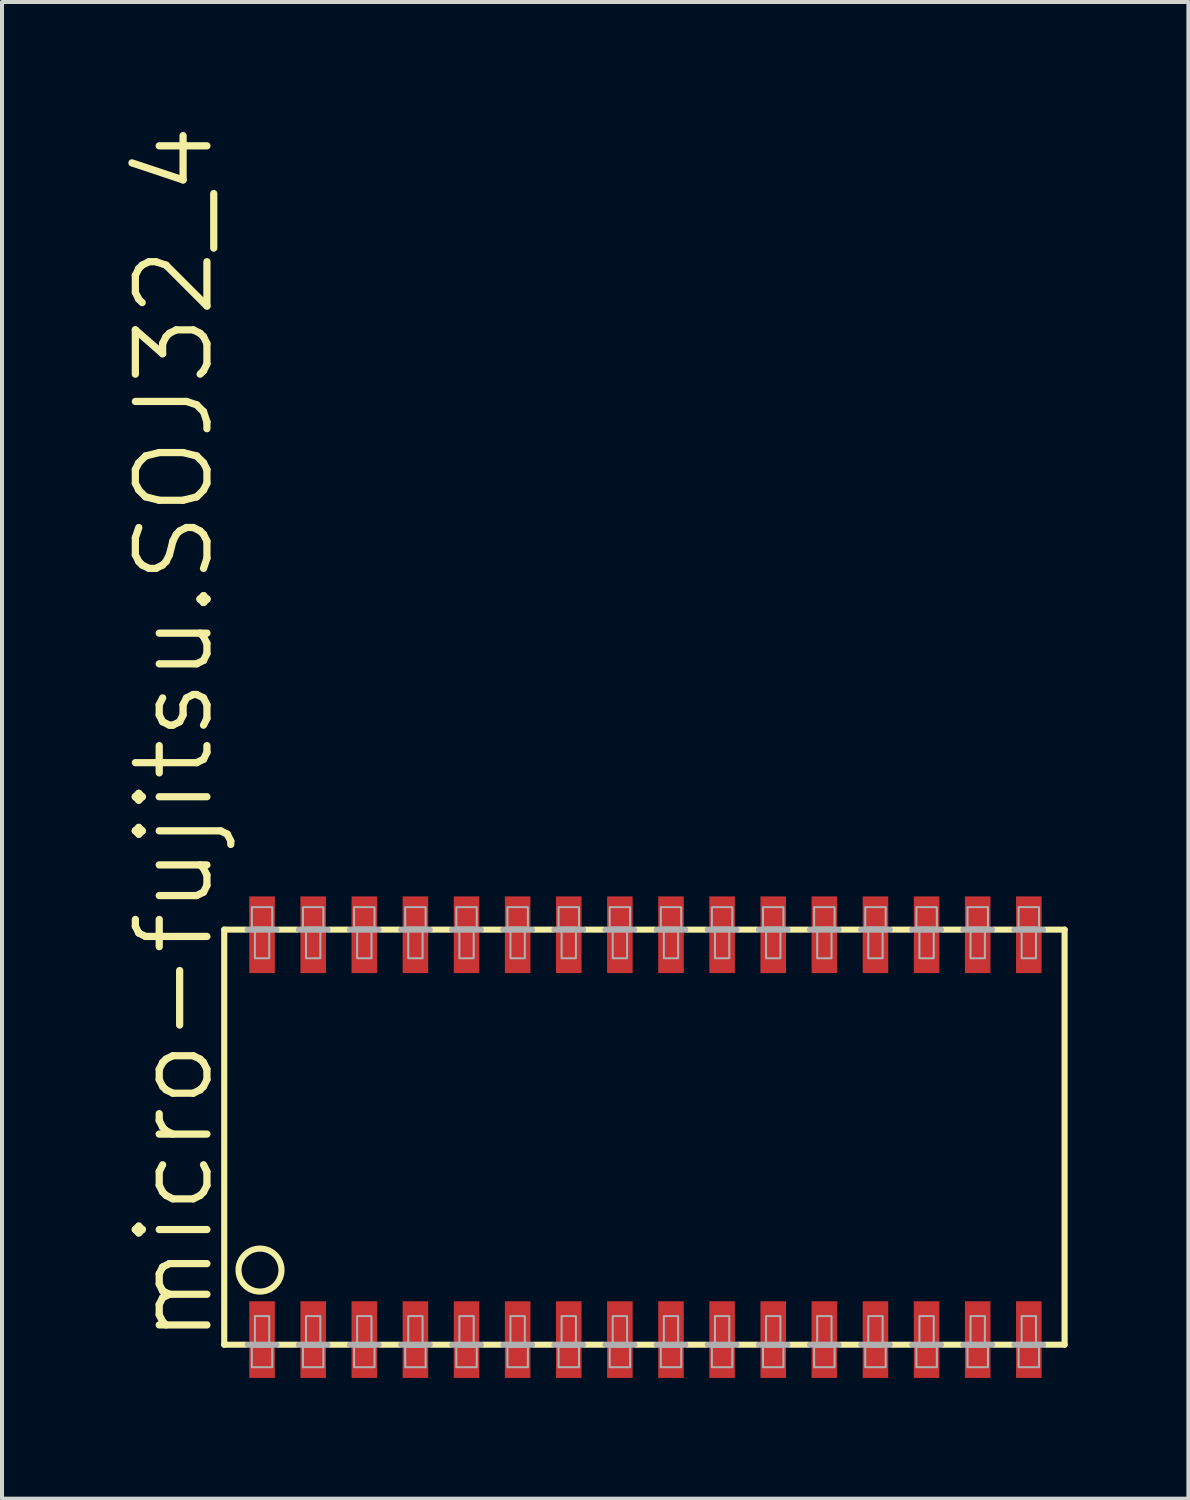
<source format=kicad_pcb>
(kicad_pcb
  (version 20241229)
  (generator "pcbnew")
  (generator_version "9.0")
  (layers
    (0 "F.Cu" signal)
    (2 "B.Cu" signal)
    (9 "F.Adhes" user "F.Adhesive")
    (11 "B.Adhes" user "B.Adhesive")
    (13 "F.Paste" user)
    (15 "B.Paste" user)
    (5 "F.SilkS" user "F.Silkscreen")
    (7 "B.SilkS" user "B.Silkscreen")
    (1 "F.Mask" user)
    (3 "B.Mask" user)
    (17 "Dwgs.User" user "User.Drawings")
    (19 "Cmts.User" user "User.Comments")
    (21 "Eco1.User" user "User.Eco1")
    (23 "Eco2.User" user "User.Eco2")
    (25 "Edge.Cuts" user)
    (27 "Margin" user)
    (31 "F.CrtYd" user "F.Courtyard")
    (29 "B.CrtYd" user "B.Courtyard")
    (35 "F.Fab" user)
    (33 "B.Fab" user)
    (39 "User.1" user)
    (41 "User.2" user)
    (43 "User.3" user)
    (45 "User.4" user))
  (footprint "micro-fujitsu.SOJ32_4"
    (layer "F.Cu")
    (at 12.986 25.203)
    (property "Reference" "micro-fujitsu.SOJ32_4" (at -10.668 5.207 90) (layer "F.SilkS") (effects (font (size 1.778 1.778) (thickness 0.18)) (justify left bottom)))
    (attr smd)
    (fp_line (start -10.465 -5.156) (end -10.465 5.156) (stroke (width 0.152) (type default)) (layer "F.SilkS"))
    (fp_line (start -10.465 -5.156) (end -9.931 -5.156) (stroke (width 0.152) (type default)) (layer "F.SilkS"))
    (fp_line (start -10.465 5.156) (end -9.931 5.156) (stroke (width 0.152) (type default)) (layer "F.SilkS"))
    (fp_line (start -9.119 -5.156) (end -8.661 -5.156) (stroke (width 0.152) (type default)) (layer "F.SilkS"))
    (fp_line (start -8.661 5.156) (end -9.119 5.156) (stroke (width 0.152) (type default)) (layer "F.SilkS"))
    (fp_line (start -7.849 -5.156) (end -7.391 -5.156) (stroke (width 0.152) (type default)) (layer "F.SilkS"))
    (fp_line (start -7.391 5.156) (end -7.849 5.156) (stroke (width 0.152) (type default)) (layer "F.SilkS"))
    (fp_line (start -6.579 -5.156) (end -6.121 -5.156) (stroke (width 0.152) (type default)) (layer "F.SilkS"))
    (fp_line (start -6.121 5.156) (end -6.579 5.156) (stroke (width 0.152) (type default)) (layer "F.SilkS"))
    (fp_line (start -5.309 -5.156) (end -4.851 -5.156) (stroke (width 0.152) (type default)) (layer "F.SilkS"))
    (fp_line (start -4.851 5.156) (end -5.309 5.156) (stroke (width 0.152) (type default)) (layer "F.SilkS"))
    (fp_line (start -4.039 -5.156) (end -3.581 -5.156) (stroke (width 0.152) (type default)) (layer "F.SilkS"))
    (fp_line (start -3.581 5.156) (end -4.039 5.156) (stroke (width 0.152) (type default)) (layer "F.SilkS"))
    (fp_line (start -2.769 -5.156) (end -2.311 -5.156) (stroke (width 0.152) (type default)) (layer "F.SilkS"))
    (fp_line (start -2.311 5.156) (end -2.769 5.156) (stroke (width 0.152) (type default)) (layer "F.SilkS"))
    (fp_line (start -1.499 -5.156) (end -1.041 -5.156) (stroke (width 0.152) (type default)) (layer "F.SilkS"))
    (fp_line (start -1.041 5.156) (end -1.499 5.156) (stroke (width 0.152) (type default)) (layer "F.SilkS"))
    (fp_line (start -0.229 -5.156) (end 0.229 -5.156) (stroke (width 0.152) (type default)) (layer "F.SilkS"))
    (fp_line (start 0.229 5.156) (end -0.229 5.156) (stroke (width 0.152) (type default)) (layer "F.SilkS"))
    (fp_line (start 1.041 -5.156) (end 1.499 -5.156) (stroke (width 0.152) (type default)) (layer "F.SilkS"))
    (fp_line (start 1.499 5.156) (end 1.041 5.156) (stroke (width 0.152) (type default)) (layer "F.SilkS"))
    (fp_line (start 2.311 -5.156) (end 2.769 -5.156) (stroke (width 0.152) (type default)) (layer "F.SilkS"))
    (fp_line (start 2.769 5.156) (end 2.311 5.156) (stroke (width 0.152) (type default)) (layer "F.SilkS"))
    (fp_line (start 3.581 -5.156) (end 4.039 -5.156) (stroke (width 0.152) (type default)) (layer "F.SilkS"))
    (fp_line (start 4.039 5.156) (end 3.581 5.156) (stroke (width 0.152) (type default)) (layer "F.SilkS"))
    (fp_line (start 4.851 -5.156) (end 5.309 -5.156) (stroke (width 0.152) (type default)) (layer "F.SilkS"))
    (fp_line (start 5.309 5.156) (end 4.851 5.156) (stroke (width 0.152) (type default)) (layer "F.SilkS"))
    (fp_line (start 6.121 -5.156) (end 6.579 -5.156) (stroke (width 0.152) (type default)) (layer "F.SilkS"))
    (fp_line (start 6.579 5.156) (end 6.121 5.156) (stroke (width 0.152) (type default)) (layer "F.SilkS"))
    (fp_line (start 7.391 -5.156) (end 7.849 -5.156) (stroke (width 0.152) (type default)) (layer "F.SilkS"))
    (fp_line (start 7.849 5.156) (end 7.391 5.156) (stroke (width 0.152) (type default)) (layer "F.SilkS"))
    (fp_line (start 8.661 -5.156) (end 9.119 -5.156) (stroke (width 0.152) (type default)) (layer "F.SilkS"))
    (fp_line (start 9.119 5.156) (end 8.661 5.156) (stroke (width 0.152) (type default)) (layer "F.SilkS"))
    (fp_line (start 10.414 -5.156) (end 9.931 -5.156) (stroke (width 0.152) (type default)) (layer "F.SilkS"))
    (fp_line (start 10.414 5.156) (end 9.931 5.156) (stroke (width 0.152) (type default)) (layer "F.SilkS"))
    (fp_line (start 10.414 5.156) (end 10.414 -5.156) (stroke (width 0.152) (type default)) (layer "F.SilkS"))
    (fp_circle (center -9.576 3.302) (end -9.042 3.302) (stroke (width 0.152) (type default)) (fill no) (layer "F.SilkS"))
    (fp_line (start -9.881 -5.156) (end -9.169 -5.156) (stroke (width 0.152) (type default)) (layer "F.Fab"))
    (fp_line (start -9.881 5.156) (end -9.169 5.156) (stroke (width 0.152) (type default)) (layer "F.Fab"))
    (fp_line (start -8.611 -5.156) (end -7.899 -5.156) (stroke (width 0.152) (type default)) (layer "F.Fab"))
    (fp_line (start -7.899 5.156) (end -8.611 5.156) (stroke (width 0.152) (type default)) (layer "F.Fab"))
    (fp_line (start -7.341 -5.156) (end -6.629 -5.156) (stroke (width 0.152) (type default)) (layer "F.Fab"))
    (fp_line (start -6.629 5.156) (end -7.341 5.156) (stroke (width 0.152) (type default)) (layer "F.Fab"))
    (fp_line (start -6.071 -5.156) (end -5.359 -5.156) (stroke (width 0.152) (type default)) (layer "F.Fab"))
    (fp_line (start -5.359 5.156) (end -6.071 5.156) (stroke (width 0.152) (type default)) (layer "F.Fab"))
    (fp_line (start -4.801 -5.156) (end -4.089 -5.156) (stroke (width 0.152) (type default)) (layer "F.Fab"))
    (fp_line (start -4.089 5.156) (end -4.801 5.156) (stroke (width 0.152) (type default)) (layer "F.Fab"))
    (fp_line (start -3.531 -5.156) (end -2.819 -5.156) (stroke (width 0.152) (type default)) (layer "F.Fab"))
    (fp_line (start -2.819 5.156) (end -3.531 5.156) (stroke (width 0.152) (type default)) (layer "F.Fab"))
    (fp_line (start -2.261 -5.156) (end -1.549 -5.156) (stroke (width 0.152) (type default)) (layer "F.Fab"))
    (fp_line (start -1.549 5.156) (end -2.261 5.156) (stroke (width 0.152) (type default)) (layer "F.Fab"))
    (fp_line (start -0.991 -5.156) (end -0.279 -5.156) (stroke (width 0.152) (type default)) (layer "F.Fab"))
    (fp_line (start -0.279 5.156) (end -0.991 5.156) (stroke (width 0.152) (type default)) (layer "F.Fab"))
    (fp_line (start 0.279 -5.156) (end 0.991 -5.156) (stroke (width 0.152) (type default)) (layer "F.Fab"))
    (fp_line (start 0.991 5.156) (end 0.279 5.156) (stroke (width 0.152) (type default)) (layer "F.Fab"))
    (fp_line (start 1.549 -5.156) (end 2.261 -5.156) (stroke (width 0.152) (type default)) (layer "F.Fab"))
    (fp_line (start 2.261 5.156) (end 1.549 5.156) (stroke (width 0.152) (type default)) (layer "F.Fab"))
    (fp_line (start 2.819 -5.156) (end 3.531 -5.156) (stroke (width 0.152) (type default)) (layer "F.Fab"))
    (fp_line (start 3.531 5.156) (end 2.819 5.156) (stroke (width 0.152) (type default)) (layer "F.Fab"))
    (fp_line (start 4.089 -5.156) (end 4.801 -5.156) (stroke (width 0.152) (type default)) (layer "F.Fab"))
    (fp_line (start 4.801 5.156) (end 4.089 5.156) (stroke (width 0.152) (type default)) (layer "F.Fab"))
    (fp_line (start 5.359 -5.156) (end 6.071 -5.156) (stroke (width 0.152) (type default)) (layer "F.Fab"))
    (fp_line (start 6.071 5.156) (end 5.359 5.156) (stroke (width 0.152) (type default)) (layer "F.Fab"))
    (fp_line (start 6.629 -5.156) (end 7.341 -5.156) (stroke (width 0.152) (type default)) (layer "F.Fab"))
    (fp_line (start 7.341 5.156) (end 6.629 5.156) (stroke (width 0.152) (type default)) (layer "F.Fab"))
    (fp_line (start 7.899 -5.156) (end 8.611 -5.156) (stroke (width 0.152) (type default)) (layer "F.Fab"))
    (fp_line (start 8.611 5.156) (end 7.899 5.156) (stroke (width 0.152) (type default)) (layer "F.Fab"))
    (fp_line (start 9.881 -5.156) (end 9.169 -5.156) (stroke (width 0.152) (type default)) (layer "F.Fab"))
    (fp_line (start 9.881 5.156) (end 9.169 5.156) (stroke (width 0.152) (type default)) (layer "F.Fab"))
    (fp_rect (start -9.779 -5.207) (end -9.271 -5.715) (stroke (width 0.05) (type default)) (fill no) (layer "F.Fab"))
    (fp_rect (start -9.779 5.715) (end -9.271 5.207) (stroke (width 0.05) (type default)) (fill no) (layer "F.Fab"))
    (fp_rect (start -9.703 -4.445) (end -9.347 -5.207) (stroke (width 0.05) (type default)) (fill no) (layer "F.Fab"))
    (fp_rect (start -9.703 5.207) (end -9.347 4.445) (stroke (width 0.05) (type default)) (fill no) (layer "F.Fab"))
    (fp_rect (start -8.509 -5.207) (end -8.001 -5.715) (stroke (width 0.05) (type default)) (fill no) (layer "F.Fab"))
    (fp_rect (start -8.509 5.715) (end -8.001 5.207) (stroke (width 0.05) (type default)) (fill no) (layer "F.Fab"))
    (fp_rect (start -8.433 -4.445) (end -8.077 -5.207) (stroke (width 0.05) (type default)) (fill no) (layer "F.Fab"))
    (fp_rect (start -8.433 5.207) (end -8.077 4.445) (stroke (width 0.05) (type default)) (fill no) (layer "F.Fab"))
    (fp_rect (start -7.239 -5.207) (end -6.731 -5.715) (stroke (width 0.05) (type default)) (fill no) (layer "F.Fab"))
    (fp_rect (start -7.239 5.715) (end -6.731 5.207) (stroke (width 0.05) (type default)) (fill no) (layer "F.Fab"))
    (fp_rect (start -7.163 -4.445) (end -6.807 -5.207) (stroke (width 0.05) (type default)) (fill no) (layer "F.Fab"))
    (fp_rect (start -7.163 5.207) (end -6.807 4.445) (stroke (width 0.05) (type default)) (fill no) (layer "F.Fab"))
    (fp_rect (start -5.969 -5.207) (end -5.461 -5.715) (stroke (width 0.05) (type default)) (fill no) (layer "F.Fab"))
    (fp_rect (start -5.969 5.715) (end -5.461 5.207) (stroke (width 0.05) (type default)) (fill no) (layer "F.Fab"))
    (fp_rect (start -5.893 -4.445) (end -5.537 -5.207) (stroke (width 0.05) (type default)) (fill no) (layer "F.Fab"))
    (fp_rect (start -5.893 5.207) (end -5.537 4.445) (stroke (width 0.05) (type default)) (fill no) (layer "F.Fab"))
    (fp_rect (start -4.699 -5.207) (end -4.191 -5.715) (stroke (width 0.05) (type default)) (fill no) (layer "F.Fab"))
    (fp_rect (start -4.699 5.715) (end -4.191 5.207) (stroke (width 0.05) (type default)) (fill no) (layer "F.Fab"))
    (fp_rect (start -4.623 -4.445) (end -4.267 -5.207) (stroke (width 0.05) (type default)) (fill no) (layer "F.Fab"))
    (fp_rect (start -4.623 5.207) (end -4.267 4.445) (stroke (width 0.05) (type default)) (fill no) (layer "F.Fab"))
    (fp_rect (start -3.429 -5.207) (end -2.921 -5.715) (stroke (width 0.05) (type default)) (fill no) (layer "F.Fab"))
    (fp_rect (start -3.429 5.715) (end -2.921 5.207) (stroke (width 0.05) (type default)) (fill no) (layer "F.Fab"))
    (fp_rect (start -3.353 -4.445) (end -2.997 -5.207) (stroke (width 0.05) (type default)) (fill no) (layer "F.Fab"))
    (fp_rect (start -3.353 5.207) (end -2.997 4.445) (stroke (width 0.05) (type default)) (fill no) (layer "F.Fab"))
    (fp_rect (start -2.159 -5.207) (end -1.651 -5.715) (stroke (width 0.05) (type default)) (fill no) (layer "F.Fab"))
    (fp_rect (start -2.159 5.715) (end -1.651 5.207) (stroke (width 0.05) (type default)) (fill no) (layer "F.Fab"))
    (fp_rect (start -2.083 -4.445) (end -1.727 -5.207) (stroke (width 0.05) (type default)) (fill no) (layer "F.Fab"))
    (fp_rect (start -2.083 5.207) (end -1.727 4.445) (stroke (width 0.05) (type default)) (fill no) (layer "F.Fab"))
    (fp_rect (start -0.889 -5.207) (end -0.381 -5.715) (stroke (width 0.05) (type default)) (fill no) (layer "F.Fab"))
    (fp_rect (start -0.889 5.715) (end -0.381 5.207) (stroke (width 0.05) (type default)) (fill no) (layer "F.Fab"))
    (fp_rect (start -0.813 -4.445) (end -0.457 -5.207) (stroke (width 0.05) (type default)) (fill no) (layer "F.Fab"))
    (fp_rect (start -0.813 5.207) (end -0.457 4.445) (stroke (width 0.05) (type default)) (fill no) (layer "F.Fab"))
    (fp_rect (start 0.381 -5.207) (end 0.889 -5.715) (stroke (width 0.05) (type default)) (fill no) (layer "F.Fab"))
    (fp_rect (start 0.381 5.715) (end 0.889 5.207) (stroke (width 0.05) (type default)) (fill no) (layer "F.Fab"))
    (fp_rect (start 0.457 -4.445) (end 0.813 -5.207) (stroke (width 0.05) (type default)) (fill no) (layer "F.Fab"))
    (fp_rect (start 0.457 5.207) (end 0.813 4.445) (stroke (width 0.05) (type default)) (fill no) (layer "F.Fab"))
    (fp_rect (start 1.651 -5.207) (end 2.159 -5.715) (stroke (width 0.05) (type default)) (fill no) (layer "F.Fab"))
    (fp_rect (start 1.651 5.715) (end 2.159 5.207) (stroke (width 0.05) (type default)) (fill no) (layer "F.Fab"))
    (fp_rect (start 1.727 -4.445) (end 2.083 -5.207) (stroke (width 0.05) (type default)) (fill no) (layer "F.Fab"))
    (fp_rect (start 1.727 5.207) (end 2.083 4.445) (stroke (width 0.05) (type default)) (fill no) (layer "F.Fab"))
    (fp_rect (start 2.921 -5.207) (end 3.429 -5.715) (stroke (width 0.05) (type default)) (fill no) (layer "F.Fab"))
    (fp_rect (start 2.921 5.715) (end 3.429 5.207) (stroke (width 0.05) (type default)) (fill no) (layer "F.Fab"))
    (fp_rect (start 2.997 -4.445) (end 3.353 -5.207) (stroke (width 0.05) (type default)) (fill no) (layer "F.Fab"))
    (fp_rect (start 2.997 5.207) (end 3.353 4.445) (stroke (width 0.05) (type default)) (fill no) (layer "F.Fab"))
    (fp_rect (start 4.191 -5.207) (end 4.699 -5.715) (stroke (width 0.05) (type default)) (fill no) (layer "F.Fab"))
    (fp_rect (start 4.191 5.715) (end 4.699 5.207) (stroke (width 0.05) (type default)) (fill no) (layer "F.Fab"))
    (fp_rect (start 4.267 -4.445) (end 4.623 -5.207) (stroke (width 0.05) (type default)) (fill no) (layer "F.Fab"))
    (fp_rect (start 4.267 5.207) (end 4.623 4.445) (stroke (width 0.05) (type default)) (fill no) (layer "F.Fab"))
    (fp_rect (start 5.461 -5.207) (end 5.969 -5.715) (stroke (width 0.05) (type default)) (fill no) (layer "F.Fab"))
    (fp_rect (start 5.461 5.715) (end 5.969 5.207) (stroke (width 0.05) (type default)) (fill no) (layer "F.Fab"))
    (fp_rect (start 5.537 -4.445) (end 5.893 -5.207) (stroke (width 0.05) (type default)) (fill no) (layer "F.Fab"))
    (fp_rect (start 5.537 5.207) (end 5.893 4.445) (stroke (width 0.05) (type default)) (fill no) (layer "F.Fab"))
    (fp_rect (start 6.731 -5.207) (end 7.239 -5.715) (stroke (width 0.05) (type default)) (fill no) (layer "F.Fab"))
    (fp_rect (start 6.731 5.715) (end 7.239 5.207) (stroke (width 0.05) (type default)) (fill no) (layer "F.Fab"))
    (fp_rect (start 6.807 -4.445) (end 7.163 -5.207) (stroke (width 0.05) (type default)) (fill no) (layer "F.Fab"))
    (fp_rect (start 6.807 5.207) (end 7.163 4.445) (stroke (width 0.05) (type default)) (fill no) (layer "F.Fab"))
    (fp_rect (start 8.001 -5.207) (end 8.509 -5.715) (stroke (width 0.05) (type default)) (fill no) (layer "F.Fab"))
    (fp_rect (start 8.001 5.715) (end 8.509 5.207) (stroke (width 0.05) (type default)) (fill no) (layer "F.Fab"))
    (fp_rect (start 8.077 -4.445) (end 8.433 -5.207) (stroke (width 0.05) (type default)) (fill no) (layer "F.Fab"))
    (fp_rect (start 8.077 5.207) (end 8.433 4.445) (stroke (width 0.05) (type default)) (fill no) (layer "F.Fab"))
    (fp_rect (start 9.271 -5.207) (end 9.779 -5.715) (stroke (width 0.05) (type default)) (fill no) (layer "F.Fab"))
    (fp_rect (start 9.271 5.715) (end 9.779 5.207) (stroke (width 0.05) (type default)) (fill no) (layer "F.Fab"))
    (fp_rect (start 9.347 -4.445) (end 9.703 -5.207) (stroke (width 0.05) (type default)) (fill no) (layer "F.Fab"))
    (fp_rect (start 9.347 5.207) (end 9.703 4.445) (stroke (width 0.05) (type default)) (fill no) (layer "F.Fab"))
    (pad "1" smd roundrect (at -9.525 5.029) (size 0.635 1.905) (layers "F.Cu" "F.Mask" "F.Paste") (roundrect_rratio 0.01))
    (pad "2" smd roundrect (at -8.255 5.029) (size 0.635 1.905) (layers "F.Cu" "F.Mask" "F.Paste") (roundrect_rratio 0.01))
    (pad "3" smd roundrect (at -6.985 5.029) (size 0.635 1.905) (layers "F.Cu" "F.Mask" "F.Paste") (roundrect_rratio 0.01))
    (pad "4" smd roundrect (at -5.715 5.029) (size 0.635 1.905) (layers "F.Cu" "F.Mask" "F.Paste") (roundrect_rratio 0.01))
    (pad "5" smd roundrect (at -4.445 5.029) (size 0.635 1.905) (layers "F.Cu" "F.Mask" "F.Paste") (roundrect_rratio 0.01))
    (pad "6" smd roundrect (at -3.175 5.029) (size 0.635 1.905) (layers "F.Cu" "F.Mask" "F.Paste") (roundrect_rratio 0.01))
    (pad "7" smd roundrect (at -1.905 5.029) (size 0.635 1.905) (layers "F.Cu" "F.Mask" "F.Paste") (roundrect_rratio 0.01))
    (pad "8" smd roundrect (at -0.635 5.029) (size 0.635 1.905) (layers "F.Cu" "F.Mask" "F.Paste") (roundrect_rratio 0.01))
    (pad "9" smd roundrect (at 0.635 5.029) (size 0.635 1.905) (layers "F.Cu" "F.Mask" "F.Paste") (roundrect_rratio 0.01))
    (pad "10" smd roundrect (at 1.905 5.029) (size 0.635 1.905) (layers "F.Cu" "F.Mask" "F.Paste") (roundrect_rratio 0.01))
    (pad "11" smd roundrect (at 3.175 5.029) (size 0.635 1.905) (layers "F.Cu" "F.Mask" "F.Paste") (roundrect_rratio 0.01))
    (pad "12" smd roundrect (at 4.445 5.029) (size 0.635 1.905) (layers "F.Cu" "F.Mask" "F.Paste") (roundrect_rratio 0.01))
    (pad "13" smd roundrect (at 5.715 5.029) (size 0.635 1.905) (layers "F.Cu" "F.Mask" "F.Paste") (roundrect_rratio 0.01))
    (pad "14" smd roundrect (at 6.985 5.029) (size 0.635 1.905) (layers "F.Cu" "F.Mask" "F.Paste") (roundrect_rratio 0.01))
    (pad "15" smd roundrect (at 8.255 5.029) (size 0.635 1.905) (layers "F.Cu" "F.Mask" "F.Paste") (roundrect_rratio 0.01))
    (pad "16" smd roundrect (at 9.525 5.029) (size 0.635 1.905) (layers "F.Cu" "F.Mask" "F.Paste") (roundrect_rratio 0.01))
    (pad "17" smd roundrect (at 9.525 -5.029) (size 0.635 1.905) (layers "F.Cu" "F.Mask" "F.Paste") (roundrect_rratio 0.01))
    (pad "18" smd roundrect (at 8.255 -5.029) (size 0.635 1.905) (layers "F.Cu" "F.Mask" "F.Paste") (roundrect_rratio 0.01))
    (pad "19" smd roundrect (at 6.985 -5.029) (size 0.635 1.905) (layers "F.Cu" "F.Mask" "F.Paste") (roundrect_rratio 0.01))
    (pad "20" smd roundrect (at 5.715 -5.029) (size 0.635 1.905) (layers "F.Cu" "F.Mask" "F.Paste") (roundrect_rratio 0.01))
    (pad "21" smd roundrect (at 4.445 -5.029) (size 0.635 1.905) (layers "F.Cu" "F.Mask" "F.Paste") (roundrect_rratio 0.01))
    (pad "22" smd roundrect (at 3.175 -5.029) (size 0.635 1.905) (layers "F.Cu" "F.Mask" "F.Paste") (roundrect_rratio 0.01))
    (pad "23" smd roundrect (at 1.905 -5.029) (size 0.635 1.905) (layers "F.Cu" "F.Mask" "F.Paste") (roundrect_rratio 0.01))
    (pad "24" smd roundrect (at 0.635 -5.029) (size 0.635 1.905) (layers "F.Cu" "F.Mask" "F.Paste") (roundrect_rratio 0.01))
    (pad "25" smd roundrect (at -0.635 -5.029) (size 0.635 1.905) (layers "F.Cu" "F.Mask" "F.Paste") (roundrect_rratio 0.01))
    (pad "26" smd roundrect (at -1.905 -5.029) (size 0.635 1.905) (layers "F.Cu" "F.Mask" "F.Paste") (roundrect_rratio 0.01))
    (pad "27" smd roundrect (at -3.175 -5.029) (size 0.635 1.905) (layers "F.Cu" "F.Mask" "F.Paste") (roundrect_rratio 0.01))
    (pad "28" smd roundrect (at -4.445 -5.029) (size 0.635 1.905) (layers "F.Cu" "F.Mask" "F.Paste") (roundrect_rratio 0.01))
    (pad "29" smd roundrect (at -5.715 -5.029) (size 0.635 1.905) (layers "F.Cu" "F.Mask" "F.Paste") (roundrect_rratio 0.01))
    (pad "30" smd roundrect (at -6.985 -5.029) (size 0.635 1.905) (layers "F.Cu" "F.Mask" "F.Paste") (roundrect_rratio 0.01))
    (pad "31" smd roundrect (at -8.255 -5.029) (size 0.635 1.905) (layers "F.Cu" "F.Mask" "F.Paste") (roundrect_rratio 0.01))
    (pad "32" smd roundrect (at -9.525 -5.029) (size 0.635 1.905) (layers "F.Cu" "F.Mask" "F.Paste") (roundrect_rratio 0.01)))
  (gr_rect
    (start -3 -3)
    (end 26.476 34.185)
    (stroke (width 0.1) (type default))
    (fill no)
    (layer "Edge.Cuts")))
</source>
